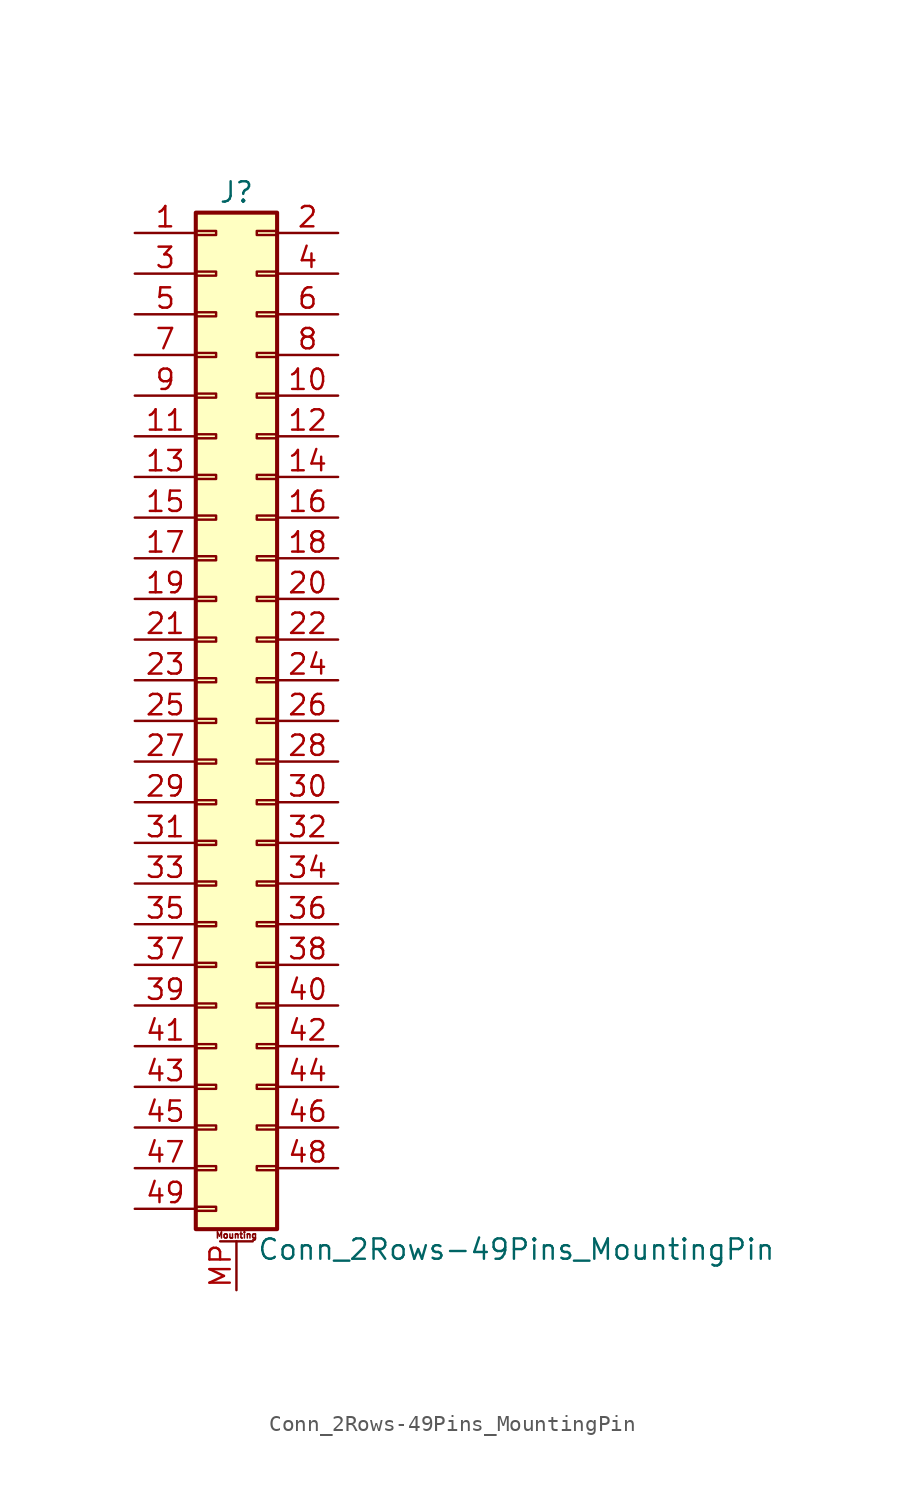
<source format=kicad_sym>
(kicad_symbol_lib
  (version 20200908)
  (generator kicad_symbol_editor)
  (symbol "Connector_Generic_MountingPin:Conn_2Rows-49Pins_MountingPin"
    (pin_names
      (offset 1.016) hide)
    (property "Reference" "J"
      (at 1.27 33.02 0)
      (effects (font (size 1.27 1.27))))
    (property "Value" "Conn_2Rows-49Pins_MountingPin"
      (at 2.54 -33.02 0)
      (effects (font (size 1.27 1.27)) (justify left)))
    (symbol "Conn_2Rows-49Pins_MountingPin_1_1"
      (text "Mounting" (at 1.27 -32.131 0) (effects (font (size 0.381 0.381))))
      (rectangle (start -1.27 -27.813) (end 0 -28.067) (stroke (width 0.152)) (fill (type none)))
      (rectangle (start -1.27 -30.353) (end 0 -30.607) (stroke (width 0.152)) (fill (type none)))
      (rectangle (start -1.27 -4.953) (end 0 -5.207) (stroke (width 0.152)) (fill (type none)))
      (rectangle (start -1.27 -7.493) (end 0 -7.747) (stroke (width 0.152)) (fill (type none)))
      (rectangle (start -1.27 -10.033) (end 0 -10.287) (stroke (width 0.152)) (fill (type none)))
      (rectangle (start -1.27 -12.573) (end 0 -12.827) (stroke (width 0.152)) (fill (type none)))
      (rectangle (start -1.27 -15.113) (end 0 -15.367) (stroke (width 0.152)) (fill (type none)))
      (rectangle (start -1.27 -17.653) (end 0 -17.907) (stroke (width 0.152)) (fill (type none)))
      (rectangle (start -1.27 -20.193) (end 0 -20.447) (stroke (width 0.152)) (fill (type none)))
      (rectangle (start -1.27 -22.733) (end 0 -22.987) (stroke (width 0.152)) (fill (type none)))
      (rectangle (start -1.27 -2.413) (end 0 -2.667) (stroke (width 0.152)) (fill (type none)))
      (rectangle (start -1.27 -25.273) (end 0 -25.527) (stroke (width 0.152)) (fill (type none)))
      (rectangle (start -1.27 25.527) (end 0 25.273) (stroke (width 0.152)) (fill (type none)))
      (rectangle (start -1.27 2.667) (end 0 2.413) (stroke (width 0.152)) (fill (type none)))
      (rectangle (start -1.27 28.067) (end 0 27.813) (stroke (width 0.152)) (fill (type none)))
      (rectangle (start -1.27 30.607) (end 0 30.353) (stroke (width 0.152)) (fill (type none)))
      (rectangle (start -1.27 31.75) (end 3.81 -31.75) (stroke (width 0.254)) (fill (type background)))
      (rectangle (start -1.27 5.207) (end 0 4.953) (stroke (width 0.152)) (fill (type none)))
      (rectangle (start -1.27 7.747) (end 0 7.493) (stroke (width 0.152)) (fill (type none)))
      (rectangle (start -1.27 10.287) (end 0 10.033) (stroke (width 0.152)) (fill (type none)))
      (rectangle (start -1.27 0.127) (end 0 -0.127) (stroke (width 0.152)) (fill (type none)))
      (rectangle (start -1.27 12.827) (end 0 12.573) (stroke (width 0.152)) (fill (type none)))
      (rectangle (start -1.27 15.367) (end 0 15.113) (stroke (width 0.152)) (fill (type none)))
      (rectangle (start -1.27 17.907) (end 0 17.653) (stroke (width 0.152)) (fill (type none)))
      (rectangle (start -1.27 20.447) (end 0 20.193) (stroke (width 0.152)) (fill (type none)))
      (rectangle (start -1.27 22.987) (end 0 22.733) (stroke (width 0.152)) (fill (type none)))
      (rectangle (start 3.81 -27.813) (end 2.54 -28.067) (stroke (width 0.152)) (fill (type none)))
      (rectangle (start 3.81 -4.953) (end 2.54 -5.207) (stroke (width 0.152)) (fill (type none)))
      (rectangle (start 3.81 -7.493) (end 2.54 -7.747) (stroke (width 0.152)) (fill (type none)))
      (rectangle (start 3.81 -10.033) (end 2.54 -10.287) (stroke (width 0.152)) (fill (type none)))
      (rectangle (start 3.81 -12.573) (end 2.54 -12.827) (stroke (width 0.152)) (fill (type none)))
      (rectangle (start 3.81 -15.113) (end 2.54 -15.367) (stroke (width 0.152)) (fill (type none)))
      (rectangle (start 3.81 -17.653) (end 2.54 -17.907) (stroke (width 0.152)) (fill (type none)))
      (rectangle (start 3.81 -20.193) (end 2.54 -20.447) (stroke (width 0.152)) (fill (type none)))
      (rectangle (start 3.81 -22.733) (end 2.54 -22.987) (stroke (width 0.152)) (fill (type none)))
      (rectangle (start 3.81 -2.413) (end 2.54 -2.667) (stroke (width 0.152)) (fill (type none)))
      (rectangle (start 3.81 -25.273) (end 2.54 -25.527) (stroke (width 0.152)) (fill (type none)))
      (rectangle (start 3.81 25.527) (end 2.54 25.273) (stroke (width 0.152)) (fill (type none)))
      (rectangle (start 3.81 2.667) (end 2.54 2.413) (stroke (width 0.152)) (fill (type none)))
      (rectangle (start 3.81 28.067) (end 2.54 27.813) (stroke (width 0.152)) (fill (type none)))
      (rectangle (start 3.81 30.607) (end 2.54 30.353) (stroke (width 0.152)) (fill (type none)))
      (rectangle (start 3.81 5.207) (end 2.54 4.953) (stroke (width 0.152)) (fill (type none)))
      (rectangle (start 3.81 7.747) (end 2.54 7.493) (stroke (width 0.152)) (fill (type none)))
      (rectangle (start 3.81 10.287) (end 2.54 10.033) (stroke (width 0.152)) (fill (type none)))
      (rectangle (start 3.81 0.127) (end 2.54 -0.127) (stroke (width 0.152)) (fill (type none)))
      (rectangle (start 3.81 12.827) (end 2.54 12.573) (stroke (width 0.152)) (fill (type none)))
      (rectangle (start 3.81 15.367) (end 2.54 15.113) (stroke (width 0.152)) (fill (type none)))
      (rectangle (start 3.81 17.907) (end 2.54 17.653) (stroke (width 0.152)) (fill (type none)))
      (rectangle (start 3.81 20.447) (end 2.54 20.193) (stroke (width 0.152)) (fill (type none)))
      (rectangle (start 3.81 22.987) (end 2.54 22.733) (stroke (width 0.152)) (fill (type none)))
      (polyline (pts (xy 0.254 -32.512) (xy 2.286 -32.512)) (stroke (width 0.152)) (fill (type none)))
      (pin passive line (at 1.27 -35.56 90) (length 3.048) (name "MountPin" (effects (font (size 1.27 1.27)))) (number "MP" (effects (font (size 1.27 1.27)))))
      (pin passive line (at -5.08 30.48 0) (length 3.81) (name "Pin_1" (effects (font (size 1.27 1.27)))) (number "1" (effects (font (size 1.27 1.27)))))
      (pin passive line (at 7.62 20.32 180) (length 3.81) (name "Pin_10" (effects (font (size 1.27 1.27)))) (number "10" (effects (font (size 1.27 1.27)))))
      (pin passive line (at -5.08 17.78 0) (length 3.81) (name "Pin_11" (effects (font (size 1.27 1.27)))) (number "11" (effects (font (size 1.27 1.27)))))
      (pin passive line (at 7.62 17.78 180) (length 3.81) (name "Pin_12" (effects (font (size 1.27 1.27)))) (number "12" (effects (font (size 1.27 1.27)))))
      (pin passive line (at -5.08 15.24 0) (length 3.81) (name "Pin_13" (effects (font (size 1.27 1.27)))) (number "13" (effects (font (size 1.27 1.27)))))
      (pin passive line (at 7.62 15.24 180) (length 3.81) (name "Pin_14" (effects (font (size 1.27 1.27)))) (number "14" (effects (font (size 1.27 1.27)))))
      (pin passive line (at -5.08 12.7 0) (length 3.81) (name "Pin_15" (effects (font (size 1.27 1.27)))) (number "15" (effects (font (size 1.27 1.27)))))
      (pin passive line (at 7.62 12.7 180) (length 3.81) (name "Pin_16" (effects (font (size 1.27 1.27)))) (number "16" (effects (font (size 1.27 1.27)))))
      (pin passive line (at -5.08 10.16 0) (length 3.81) (name "Pin_17" (effects (font (size 1.27 1.27)))) (number "17" (effects (font (size 1.27 1.27)))))
      (pin passive line (at 7.62 10.16 180) (length 3.81) (name "Pin_18" (effects (font (size 1.27 1.27)))) (number "18" (effects (font (size 1.27 1.27)))))
      (pin passive line (at -5.08 7.62 0) (length 3.81) (name "Pin_19" (effects (font (size 1.27 1.27)))) (number "19" (effects (font (size 1.27 1.27)))))
      (pin passive line (at 7.62 30.48 180) (length 3.81) (name "Pin_2" (effects (font (size 1.27 1.27)))) (number "2" (effects (font (size 1.27 1.27)))))
      (pin passive line (at 7.62 7.62 180) (length 3.81) (name "Pin_20" (effects (font (size 1.27 1.27)))) (number "20" (effects (font (size 1.27 1.27)))))
      (pin passive line (at -5.08 5.08 0) (length 3.81) (name "Pin_21" (effects (font (size 1.27 1.27)))) (number "21" (effects (font (size 1.27 1.27)))))
      (pin passive line (at 7.62 5.08 180) (length 3.81) (name "Pin_22" (effects (font (size 1.27 1.27)))) (number "22" (effects (font (size 1.27 1.27)))))
      (pin passive line (at -5.08 2.54 0) (length 3.81) (name "Pin_23" (effects (font (size 1.27 1.27)))) (number "23" (effects (font (size 1.27 1.27)))))
      (pin passive line (at 7.62 2.54 180) (length 3.81) (name "Pin_24" (effects (font (size 1.27 1.27)))) (number "24" (effects (font (size 1.27 1.27)))))
      (pin passive line (at -5.08 0 0) (length 3.81) (name "Pin_25" (effects (font (size 1.27 1.27)))) (number "25" (effects (font (size 1.27 1.27)))))
      (pin passive line (at 7.62 0 180) (length 3.81) (name "Pin_26" (effects (font (size 1.27 1.27)))) (number "26" (effects (font (size 1.27 1.27)))))
      (pin passive line (at -5.08 -2.54 0) (length 3.81) (name "Pin_27" (effects (font (size 1.27 1.27)))) (number "27" (effects (font (size 1.27 1.27)))))
      (pin passive line (at 7.62 -2.54 180) (length 3.81) (name "Pin_28" (effects (font (size 1.27 1.27)))) (number "28" (effects (font (size 1.27 1.27)))))
      (pin passive line (at -5.08 -5.08 0) (length 3.81) (name "Pin_29" (effects (font (size 1.27 1.27)))) (number "29" (effects (font (size 1.27 1.27)))))
      (pin passive line (at -5.08 27.94 0) (length 3.81) (name "Pin_3" (effects (font (size 1.27 1.27)))) (number "3" (effects (font (size 1.27 1.27)))))
      (pin passive line (at 7.62 -5.08 180) (length 3.81) (name "Pin_30" (effects (font (size 1.27 1.27)))) (number "30" (effects (font (size 1.27 1.27)))))
      (pin passive line (at -5.08 -7.62 0) (length 3.81) (name "Pin_31" (effects (font (size 1.27 1.27)))) (number "31" (effects (font (size 1.27 1.27)))))
      (pin passive line (at 7.62 -7.62 180) (length 3.81) (name "Pin_32" (effects (font (size 1.27 1.27)))) (number "32" (effects (font (size 1.27 1.27)))))
      (pin passive line (at -5.08 -10.16 0) (length 3.81) (name "Pin_33" (effects (font (size 1.27 1.27)))) (number "33" (effects (font (size 1.27 1.27)))))
      (pin passive line (at 7.62 -10.16 180) (length 3.81) (name "Pin_34" (effects (font (size 1.27 1.27)))) (number "34" (effects (font (size 1.27 1.27)))))
      (pin passive line (at -5.08 -12.7 0) (length 3.81) (name "Pin_35" (effects (font (size 1.27 1.27)))) (number "35" (effects (font (size 1.27 1.27)))))
      (pin passive line (at 7.62 -12.7 180) (length 3.81) (name "Pin_36" (effects (font (size 1.27 1.27)))) (number "36" (effects (font (size 1.27 1.27)))))
      (pin passive line (at -5.08 -15.24 0) (length 3.81) (name "Pin_37" (effects (font (size 1.27 1.27)))) (number "37" (effects (font (size 1.27 1.27)))))
      (pin passive line (at 7.62 -15.24 180) (length 3.81) (name "Pin_38" (effects (font (size 1.27 1.27)))) (number "38" (effects (font (size 1.27 1.27)))))
      (pin passive line (at -5.08 -17.78 0) (length 3.81) (name "Pin_39" (effects (font (size 1.27 1.27)))) (number "39" (effects (font (size 1.27 1.27)))))
      (pin passive line (at 7.62 27.94 180) (length 3.81) (name "Pin_4" (effects (font (size 1.27 1.27)))) (number "4" (effects (font (size 1.27 1.27)))))
      (pin passive line (at 7.62 -17.78 180) (length 3.81) (name "Pin_40" (effects (font (size 1.27 1.27)))) (number "40" (effects (font (size 1.27 1.27)))))
      (pin passive line (at -5.08 -20.32 0) (length 3.81) (name "Pin_41" (effects (font (size 1.27 1.27)))) (number "41" (effects (font (size 1.27 1.27)))))
      (pin passive line (at 7.62 -20.32 180) (length 3.81) (name "Pin_42" (effects (font (size 1.27 1.27)))) (number "42" (effects (font (size 1.27 1.27)))))
      (pin passive line (at -5.08 -22.86 0) (length 3.81) (name "Pin_43" (effects (font (size 1.27 1.27)))) (number "43" (effects (font (size 1.27 1.27)))))
      (pin passive line (at 7.62 -22.86 180) (length 3.81) (name "Pin_44" (effects (font (size 1.27 1.27)))) (number "44" (effects (font (size 1.27 1.27)))))
      (pin passive line (at -5.08 -25.4 0) (length 3.81) (name "Pin_45" (effects (font (size 1.27 1.27)))) (number "45" (effects (font (size 1.27 1.27)))))
      (pin passive line (at 7.62 -25.4 180) (length 3.81) (name "Pin_46" (effects (font (size 1.27 1.27)))) (number "46" (effects (font (size 1.27 1.27)))))
      (pin passive line (at -5.08 -27.94 0) (length 3.81) (name "Pin_47" (effects (font (size 1.27 1.27)))) (number "47" (effects (font (size 1.27 1.27)))))
      (pin passive line (at 7.62 -27.94 180) (length 3.81) (name "Pin_48" (effects (font (size 1.27 1.27)))) (number "48" (effects (font (size 1.27 1.27)))))
      (pin passive line (at -5.08 -30.48 0) (length 3.81) (name "Pin_49" (effects (font (size 1.27 1.27)))) (number "49" (effects (font (size 1.27 1.27)))))
      (pin passive line (at -5.08 25.4 0) (length 3.81) (name "Pin_5" (effects (font (size 1.27 1.27)))) (number "5" (effects (font (size 1.27 1.27)))))
      (pin passive line (at 7.62 25.4 180) (length 3.81) (name "Pin_6" (effects (font (size 1.27 1.27)))) (number "6" (effects (font (size 1.27 1.27)))))
      (pin passive line (at -5.08 22.86 0) (length 3.81) (name "Pin_7" (effects (font (size 1.27 1.27)))) (number "7" (effects (font (size 1.27 1.27)))))
      (pin passive line (at 7.62 22.86 180) (length 3.81) (name "Pin_8" (effects (font (size 1.27 1.27)))) (number "8" (effects (font (size 1.27 1.27)))))
      (pin passive line (at -5.08 20.32 0) (length 3.81) (name "Pin_9" (effects (font (size 1.27 1.27)))) (number "9" (effects (font (size 1.27 1.27))))))))
</source>
